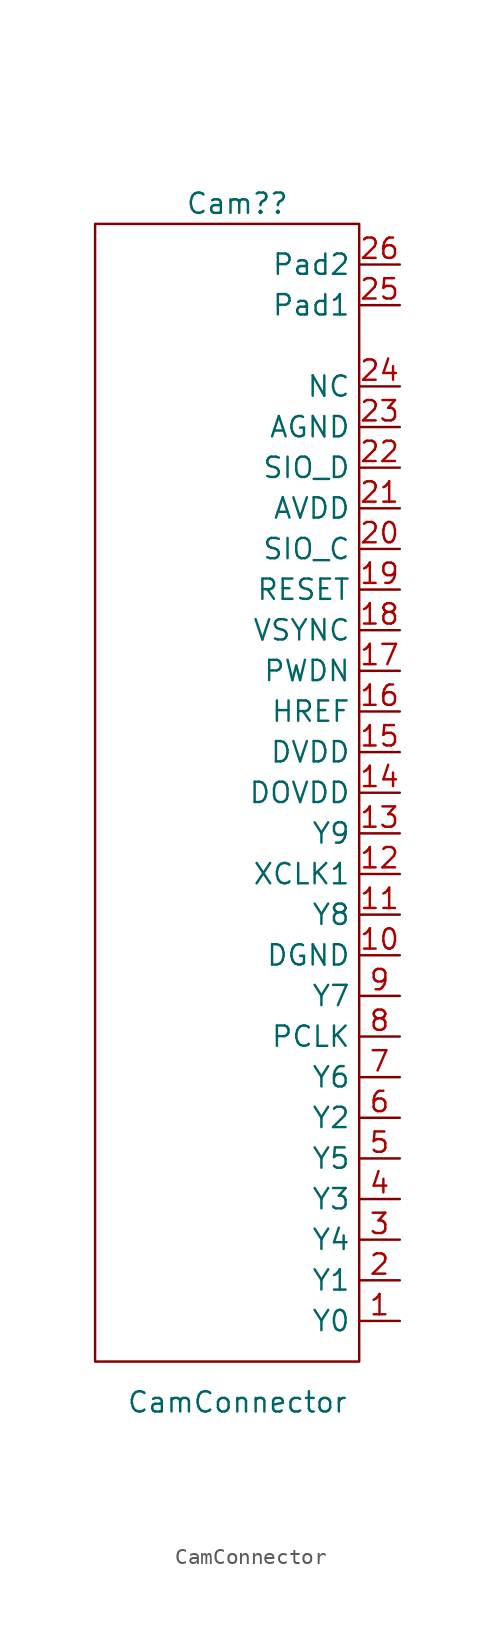
<source format=kicad_sym>
(kicad_symbol_lib
  (version 20211014)
  (generator kicad_symbol_editor)
  (symbol "CamConnector"
    (property "Reference" "Cam?"
      (at 0 31.75 0)
      (effects (font (size 1.27 1.27))))
    (property "Value" "CamConnector"
      (at 0 -43.18 0)
      (effects (font (size 1.27 1.27))))
    (symbol "CamConnector_0_1"
      (rectangle (start -8.89 30.48) (end 7.62 -40.64) (stroke (width 0) (type default) (color 0 0 0 0)) (fill (type none))))
    (symbol "CamConnector_1_1"
      (pin input line (at 10.16 -38.1 180) (length 2.54) (name "Y0" (effects (font (size 1.27 1.27)))) (number "1" (effects (font (size 1.27 1.27)))))
      (pin input line (at 10.16 -15.24 180) (length 2.54) (name "DGND" (effects (font (size 1.27 1.27)))) (number "10" (effects (font (size 1.27 1.27)))))
      (pin input line (at 10.16 -12.7 180) (length 2.54) (name "Y8" (effects (font (size 1.27 1.27)))) (number "11" (effects (font (size 1.27 1.27)))))
      (pin input line (at 10.16 -10.16 180) (length 2.54) (name "XCLK1" (effects (font (size 1.27 1.27)))) (number "12" (effects (font (size 1.27 1.27)))))
      (pin input line (at 10.16 -7.62 180) (length 2.54) (name "Y9" (effects (font (size 1.27 1.27)))) (number "13" (effects (font (size 1.27 1.27)))))
      (pin input line (at 10.16 -5.08 180) (length 2.54) (name "DOVDD" (effects (font (size 1.27 1.27)))) (number "14" (effects (font (size 1.27 1.27)))))
      (pin input line (at 10.16 -2.54 180) (length 2.54) (name "DVDD" (effects (font (size 1.27 1.27)))) (number "15" (effects (font (size 1.27 1.27)))))
      (pin input line (at 10.16 0 180) (length 2.54) (name "HREF" (effects (font (size 1.27 1.27)))) (number "16" (effects (font (size 1.27 1.27)))))
      (pin input line (at 10.16 2.54 180) (length 2.54) (name "PWDN" (effects (font (size 1.27 1.27)))) (number "17" (effects (font (size 1.27 1.27)))))
      (pin input line (at 10.16 5.08 180) (length 2.54) (name "VSYNC" (effects (font (size 1.27 1.27)))) (number "18" (effects (font (size 1.27 1.27)))))
      (pin input line (at 10.16 7.62 180) (length 2.54) (name "RESET" (effects (font (size 1.27 1.27)))) (number "19" (effects (font (size 1.27 1.27)))))
      (pin input line (at 10.16 -35.56 180) (length 2.54) (name "Y1" (effects (font (size 1.27 1.27)))) (number "2" (effects (font (size 1.27 1.27)))))
      (pin input line (at 10.16 10.16 180) (length 2.54) (name "SIO_C" (effects (font (size 1.27 1.27)))) (number "20" (effects (font (size 1.27 1.27)))))
      (pin input line (at 10.16 12.7 180) (length 2.54) (name "AVDD" (effects (font (size 1.27 1.27)))) (number "21" (effects (font (size 1.27 1.27)))))
      (pin input line (at 10.16 15.24 180) (length 2.54) (name "SIO_D" (effects (font (size 1.27 1.27)))) (number "22" (effects (font (size 1.27 1.27)))))
      (pin input line (at 10.16 17.78 180) (length 2.54) (name "AGND" (effects (font (size 1.27 1.27)))) (number "23" (effects (font (size 1.27 1.27)))))
      (pin input line (at 10.16 20.32 180) (length 2.54) (name "NC" (effects (font (size 1.27 1.27)))) (number "24" (effects (font (size 1.27 1.27)))))
      (pin input line (at 10.16 25.4 180) (length 2.54) (name "Pad1" (effects (font (size 1.27 1.27)))) (number "25" (effects (font (size 1.27 1.27)))))
      (pin input line (at 10.16 27.94 180) (length 2.54) (name "Pad2" (effects (font (size 1.27 1.27)))) (number "26" (effects (font (size 1.27 1.27)))))
      (pin input line (at 10.16 -33.02 180) (length 2.54) (name "Y4" (effects (font (size 1.27 1.27)))) (number "3" (effects (font (size 1.27 1.27)))))
      (pin input line (at 10.16 -30.48 180) (length 2.54) (name "Y3" (effects (font (size 1.27 1.27)))) (number "4" (effects (font (size 1.27 1.27)))))
      (pin input line (at 10.16 -27.94 180) (length 2.54) (name "Y5" (effects (font (size 1.27 1.27)))) (number "5" (effects (font (size 1.27 1.27)))))
      (pin input line (at 10.16 -25.4 180) (length 2.54) (name "Y2" (effects (font (size 1.27 1.27)))) (number "6" (effects (font (size 1.27 1.27)))))
      (pin input line (at 10.16 -22.86 180) (length 2.54) (name "Y6" (effects (font (size 1.27 1.27)))) (number "7" (effects (font (size 1.27 1.27)))))
      (pin input line (at 10.16 -20.32 180) (length 2.54) (name "PCLK" (effects (font (size 1.27 1.27)))) (number "8" (effects (font (size 1.27 1.27)))))
      (pin input line (at 10.16 -17.78 180) (length 2.54) (name "Y7" (effects (font (size 1.27 1.27)))) (number "9" (effects (font (size 1.27 1.27))))))))
</source>
